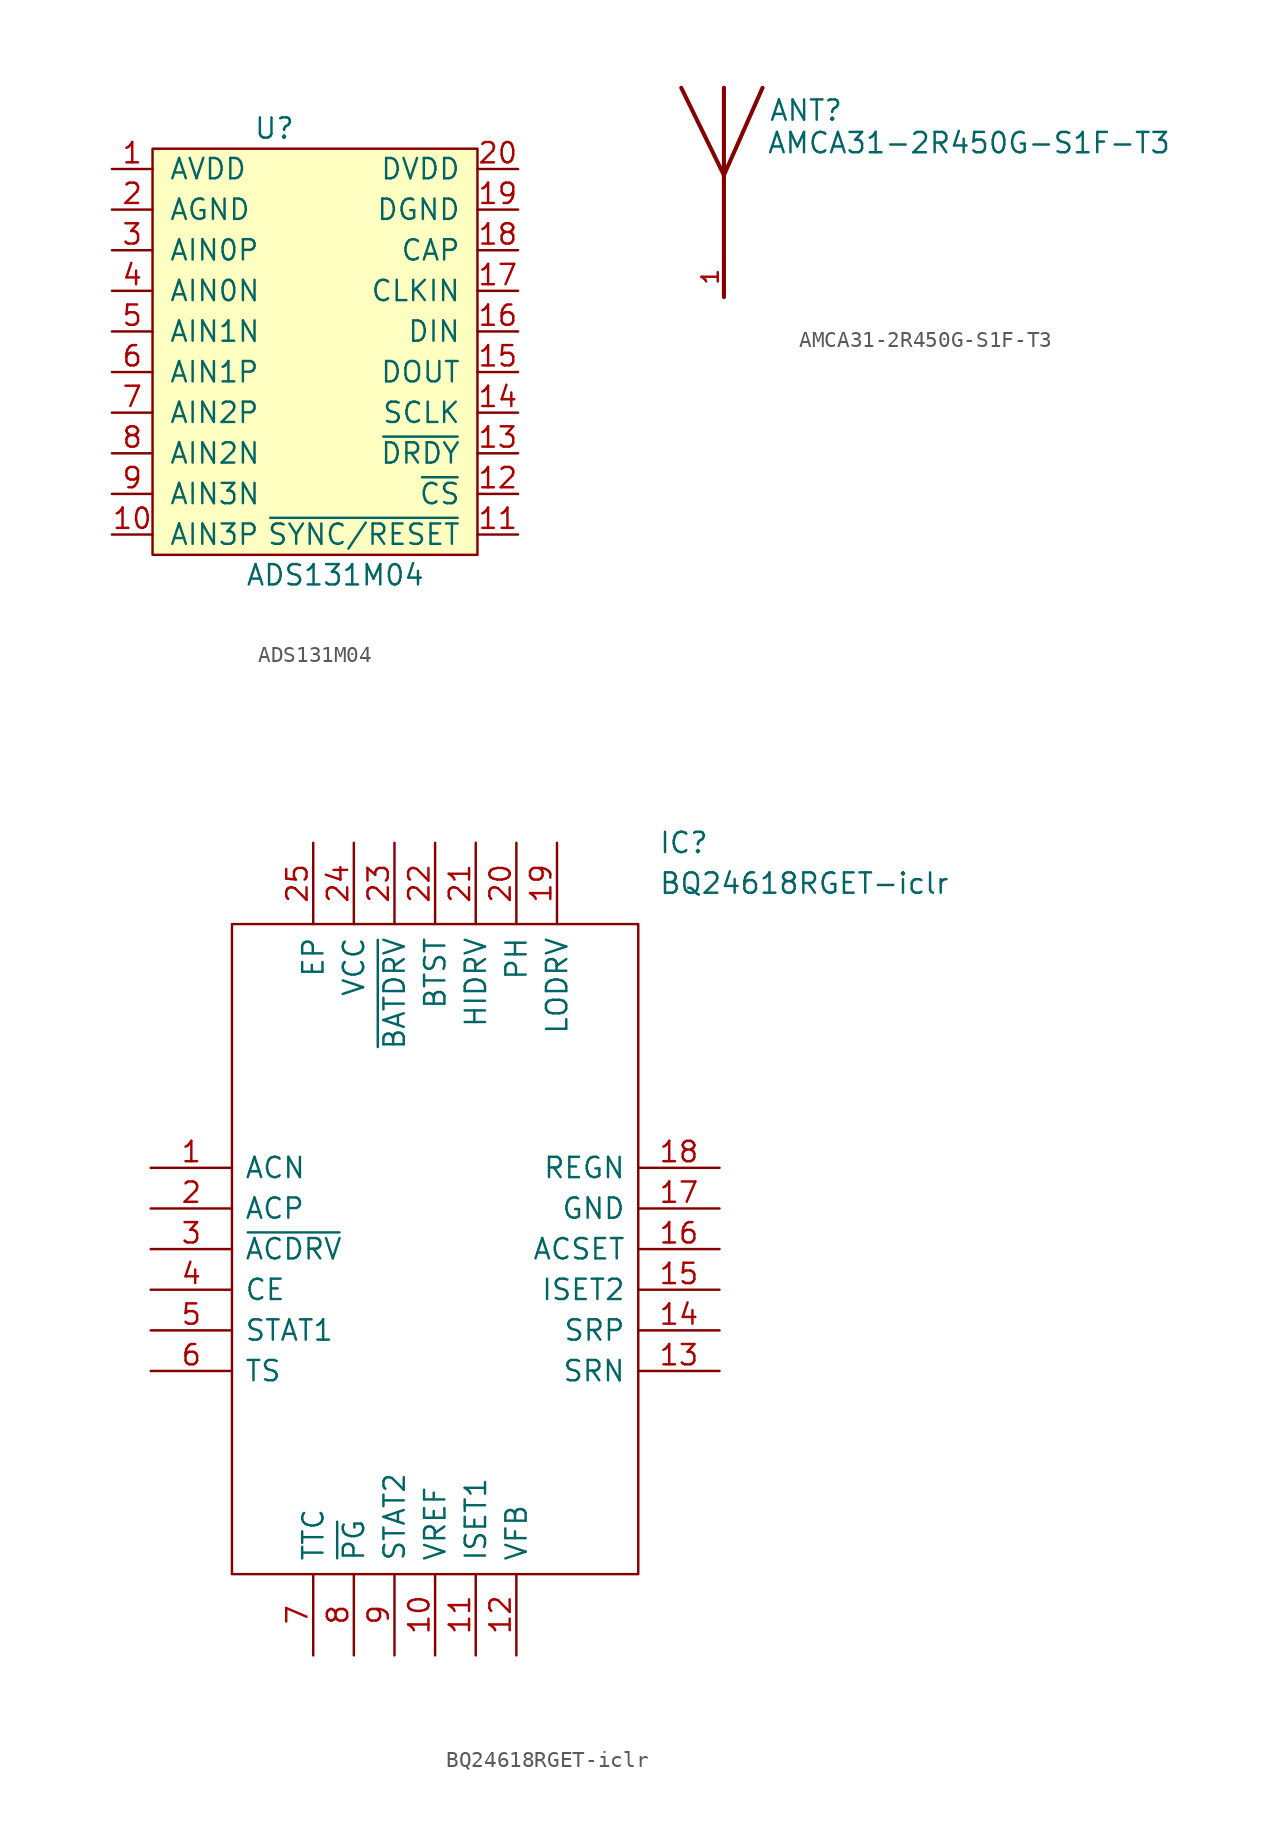
<source format=kicad_sym>
(kicad_symbol_lib
  (version 20211014)
  (generator kicad_symbol_editor)
  (symbol "ADS131M04"
    (pin_names
      (offset 1.016))
    (property "Reference" "U"
      (at -2.54 13.97 0)
      (effects (font (size 1.27 1.27))))
    (property "Value" "ADS131M04"
      (at 1.27 -13.97 0)
      (effects (font (size 1.27 1.27))))
    (symbol "ADS131M04_0_1"
      (rectangle (start -10.16 12.7) (end 10.16 -12.7) (stroke (width 0) (type default) (color 0 0 0 0)) (fill (type background))))
    (symbol "ADS131M04_1_1"
      (pin power_in line (at -12.7 11.43 0) (length 2.54) (name "AVDD" (effects (font (size 1.27 1.27)))) (number "1" (effects (font (size 1.27 1.27)))))
      (pin input line (at -12.7 -11.43 0) (length 2.54) (name "AIN3P" (effects (font (size 1.27 1.27)))) (number "10" (effects (font (size 1.27 1.27)))))
      (pin input line (at 12.7 -11.43 180) (length 2.54) (name "~{SYNC/RESET}" (effects (font (size 1.27 1.27)))) (number "11" (effects (font (size 1.27 1.27)))))
      (pin input line (at 12.7 -8.89 180) (length 2.54) (name "~{CS}" (effects (font (size 1.27 1.27)))) (number "12" (effects (font (size 1.27 1.27)))))
      (pin output line (at 12.7 -6.35 180) (length 2.54) (name "~{DRDY}" (effects (font (size 1.27 1.27)))) (number "13" (effects (font (size 1.27 1.27)))))
      (pin input line (at 12.7 -3.81 180) (length 2.54) (name "SCLK" (effects (font (size 1.27 1.27)))) (number "14" (effects (font (size 1.27 1.27)))))
      (pin output line (at 12.7 -1.27 180) (length 2.54) (name "DOUT" (effects (font (size 1.27 1.27)))) (number "15" (effects (font (size 1.27 1.27)))))
      (pin input line (at 12.7 1.27 180) (length 2.54) (name "DIN" (effects (font (size 1.27 1.27)))) (number "16" (effects (font (size 1.27 1.27)))))
      (pin input line (at 12.7 3.81 180) (length 2.54) (name "CLKIN" (effects (font (size 1.27 1.27)))) (number "17" (effects (font (size 1.27 1.27)))))
      (pin output line (at 12.7 6.35 180) (length 2.54) (name "CAP" (effects (font (size 1.27 1.27)))) (number "18" (effects (font (size 1.27 1.27)))))
      (pin power_in line (at 12.7 8.89 180) (length 2.54) (name "DGND" (effects (font (size 1.27 1.27)))) (number "19" (effects (font (size 1.27 1.27)))))
      (pin power_in line (at -12.7 8.89 0) (length 2.54) (name "AGND" (effects (font (size 1.27 1.27)))) (number "2" (effects (font (size 1.27 1.27)))))
      (pin power_in line (at 12.7 11.43 180) (length 2.54) (name "DVDD" (effects (font (size 1.27 1.27)))) (number "20" (effects (font (size 1.27 1.27)))))
      (pin input line (at -12.7 6.35 0) (length 2.54) (name "AIN0P" (effects (font (size 1.27 1.27)))) (number "3" (effects (font (size 1.27 1.27)))))
      (pin input line (at -12.7 3.81 0) (length 2.54) (name "AIN0N" (effects (font (size 1.27 1.27)))) (number "4" (effects (font (size 1.27 1.27)))))
      (pin input line (at -12.7 1.27 0) (length 2.54) (name "AIN1N" (effects (font (size 1.27 1.27)))) (number "5" (effects (font (size 1.27 1.27)))))
      (pin input line (at -12.7 -1.27 0) (length 2.54) (name "AIN1P" (effects (font (size 1.27 1.27)))) (number "6" (effects (font (size 1.27 1.27)))))
      (pin input line (at -12.7 -3.81 0) (length 2.54) (name "AIN2P" (effects (font (size 1.27 1.27)))) (number "7" (effects (font (size 1.27 1.27)))))
      (pin input line (at -12.7 -6.35 0) (length 2.54) (name "AIN2N" (effects (font (size 1.27 1.27)))) (number "8" (effects (font (size 1.27 1.27)))))
      (pin input line (at -12.7 -8.89 0) (length 2.54) (name "AIN3N" (effects (font (size 1.27 1.27)))) (number "9" (effects (font (size 1.27 1.27)))))))
  (symbol "AMCA31-2R450G-S1F-T3"
    (pin_names
      (offset 1.016) hide)
    (property "Reference" "ANT"
      (at 2.794 5.842 0)
      (effects (font (size 1.27 1.27)) (justify left bottom)))
    (property "Value" "AMCA31-2R450G-S1F-T3"
      (at 2.667 3.81 0)
      (effects (font (size 1.27 1.27)) (justify left bottom)))
    (property "ki_locked" ""
      (at 0 0 0)
      (effects (font (size 1.27 1.27))))
    (symbol "AMCA31-2R450G-S1F-T3_0_0"
      (polyline (pts (xy 0 2.54) (xy -2.667 8.001)) (stroke (width 0.254) (type default) (color 0 0 0 0)) (fill (type none)))
      (polyline (pts (xy 0 2.54) (xy 0 -5.08)) (stroke (width 0.254) (type default) (color 0 0 0 0)) (fill (type none)))
      (polyline (pts (xy 0 8.001) (xy 0 2.54)) (stroke (width 0.254) (type default) (color 0 0 0 0)) (fill (type none)))
      (polyline (pts (xy 2.413 8.001) (xy 0 2.54)) (stroke (width 0.254) (type default) (color 0 0 0 0)) (fill (type none)))
      (pin input line (at 0 -5.08 90) (length 2.54) (name "~" (effects (font (size 1.016 1.016)))) (number "1" (effects (font (size 1.016 1.016)))))))
  (symbol "BQ24618RGET-iclr"
    (pin_names
      (offset 0.762))
    (property "Reference" "IC"
      (at 31.75 20.32 0)
      (effects (font (size 1.27 1.27)) (justify left)))
    (property "Value" "BQ24618RGET-iclr"
      (at 31.75 17.78 0)
      (effects (font (size 1.27 1.27)) (justify left)))
    (symbol "BQ24618RGET-iclr_0_0"
      (pin passive line (at 0 0 0) (length 5.08) (name "ACN" (effects (font (size 1.27 1.27)))) (number "1" (effects (font (size 1.27 1.27)))))
      (pin passive line (at 17.78 -30.48 90) (length 5.08) (name "VREF" (effects (font (size 1.27 1.27)))) (number "10" (effects (font (size 1.27 1.27)))))
      (pin passive line (at 20.32 -30.48 90) (length 5.08) (name "ISET1" (effects (font (size 1.27 1.27)))) (number "11" (effects (font (size 1.27 1.27)))))
      (pin passive line (at 22.86 -30.48 90) (length 5.08) (name "VFB" (effects (font (size 1.27 1.27)))) (number "12" (effects (font (size 1.27 1.27)))))
      (pin passive line (at 35.56 -12.7 180) (length 5.08) (name "SRN" (effects (font (size 1.27 1.27)))) (number "13" (effects (font (size 1.27 1.27)))))
      (pin passive line (at 35.56 -10.16 180) (length 5.08) (name "SRP" (effects (font (size 1.27 1.27)))) (number "14" (effects (font (size 1.27 1.27)))))
      (pin passive line (at 35.56 -7.62 180) (length 5.08) (name "ISET2" (effects (font (size 1.27 1.27)))) (number "15" (effects (font (size 1.27 1.27)))))
      (pin passive line (at 35.56 -5.08 180) (length 5.08) (name "ACSET" (effects (font (size 1.27 1.27)))) (number "16" (effects (font (size 1.27 1.27)))))
      (pin passive line (at 35.56 -2.54 180) (length 5.08) (name "GND" (effects (font (size 1.27 1.27)))) (number "17" (effects (font (size 1.27 1.27)))))
      (pin passive line (at 35.56 0 180) (length 5.08) (name "REGN" (effects (font (size 1.27 1.27)))) (number "18" (effects (font (size 1.27 1.27)))))
      (pin passive line (at 25.4 20.32 270) (length 5.08) (name "LODRV" (effects (font (size 1.27 1.27)))) (number "19" (effects (font (size 1.27 1.27)))))
      (pin passive line (at 0 -2.54 0) (length 5.08) (name "ACP" (effects (font (size 1.27 1.27)))) (number "2" (effects (font (size 1.27 1.27)))))
      (pin passive line (at 22.86 20.32 270) (length 5.08) (name "PH" (effects (font (size 1.27 1.27)))) (number "20" (effects (font (size 1.27 1.27)))))
      (pin passive line (at 20.32 20.32 270) (length 5.08) (name "HIDRV" (effects (font (size 1.27 1.27)))) (number "21" (effects (font (size 1.27 1.27)))))
      (pin passive line (at 17.78 20.32 270) (length 5.08) (name "BTST" (effects (font (size 1.27 1.27)))) (number "22" (effects (font (size 1.27 1.27)))))
      (pin passive line (at 15.24 20.32 270) (length 5.08) (name "~{BATDRV}" (effects (font (size 1.27 1.27)))) (number "23" (effects (font (size 1.27 1.27)))))
      (pin passive line (at 12.7 20.32 270) (length 5.08) (name "VCC" (effects (font (size 1.27 1.27)))) (number "24" (effects (font (size 1.27 1.27)))))
      (pin passive line (at 10.16 20.32 270) (length 5.08) (name "EP" (effects (font (size 1.27 1.27)))) (number "25" (effects (font (size 1.27 1.27)))))
      (pin passive line (at 0 -5.08 0) (length 5.08) (name "~{ACDRV}" (effects (font (size 1.27 1.27)))) (number "3" (effects (font (size 1.27 1.27)))))
      (pin passive line (at 0 -7.62 0) (length 5.08) (name "CE" (effects (font (size 1.27 1.27)))) (number "4" (effects (font (size 1.27 1.27)))))
      (pin passive line (at 0 -10.16 0) (length 5.08) (name "STAT1" (effects (font (size 1.27 1.27)))) (number "5" (effects (font (size 1.27 1.27)))))
      (pin passive line (at 0 -12.7 0) (length 5.08) (name "TS" (effects (font (size 1.27 1.27)))) (number "6" (effects (font (size 1.27 1.27)))))
      (pin passive line (at 10.16 -30.48 90) (length 5.08) (name "TTC" (effects (font (size 1.27 1.27)))) (number "7" (effects (font (size 1.27 1.27)))))
      (pin passive line (at 12.7 -30.48 90) (length 5.08) (name "~{PG}" (effects (font (size 1.27 1.27)))) (number "8" (effects (font (size 1.27 1.27)))))
      (pin passive line (at 15.24 -30.48 90) (length 5.08) (name "STAT2" (effects (font (size 1.27 1.27)))) (number "9" (effects (font (size 1.27 1.27))))))
    (symbol "BQ24618RGET-iclr_0_1"
      (polyline (pts (xy 5.08 15.24) (xy 30.48 15.24) (xy 30.48 -25.4) (xy 5.08 -25.4) (xy 5.08 15.24)) (stroke (width 0.152) (type default) (color 0 0 0 0)) (fill (type none))))))
</source>
